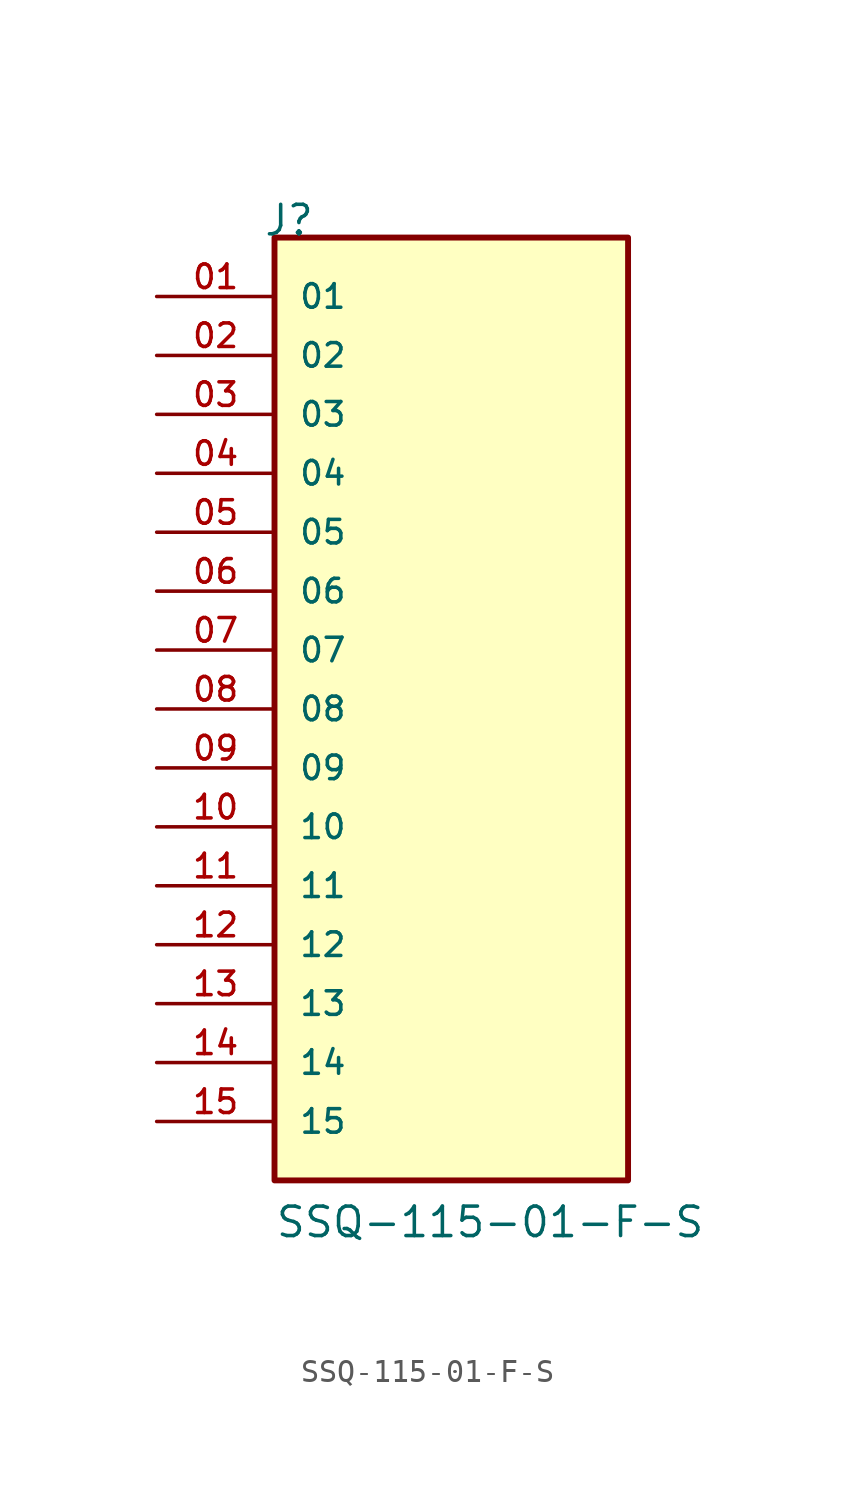
<source format=kicad_sym>
(kicad_symbol_lib
  (version 20211014)
  (generator kicad_symbol_editor)
  (symbol "SSQ-115-01-F-S"
    (pin_names
      (offset 1.016))
    (property "Reference" "J"
      (at -8.12 20.32 0)
      (effects (font (size 1.27 1.27)) (justify bottom left)))
    (property "Value" "SSQ-115-01-F-S"
      (at -7.62 -22.86 0)
      (effects (font (size 1.27 1.27)) (justify bottom left)))
    (symbol "SSQ-115-01-F-S_0_0"
      (rectangle (start -7.62 -20.32) (end 7.62 20.32) (stroke (width 0.254)) (fill (type background)))
      (pin passive line (at -12.7 17.78 0) (length 5.08) (name "01" (effects (font (size 1.016 1.016)))) (number "01" (effects (font (size 1.016 1.016)))))
      (pin passive line (at -12.7 15.24 0) (length 5.08) (name "02" (effects (font (size 1.016 1.016)))) (number "02" (effects (font (size 1.016 1.016)))))
      (pin passive line (at -12.7 12.7 0) (length 5.08) (name "03" (effects (font (size 1.016 1.016)))) (number "03" (effects (font (size 1.016 1.016)))))
      (pin passive line (at -12.7 10.16 0) (length 5.08) (name "04" (effects (font (size 1.016 1.016)))) (number "04" (effects (font (size 1.016 1.016)))))
      (pin passive line (at -12.7 7.62 0) (length 5.08) (name "05" (effects (font (size 1.016 1.016)))) (number "05" (effects (font (size 1.016 1.016)))))
      (pin passive line (at -12.7 5.08 0) (length 5.08) (name "06" (effects (font (size 1.016 1.016)))) (number "06" (effects (font (size 1.016 1.016)))))
      (pin passive line (at -12.7 2.54 0) (length 5.08) (name "07" (effects (font (size 1.016 1.016)))) (number "07" (effects (font (size 1.016 1.016)))))
      (pin passive line (at -12.7 0.0 0) (length 5.08) (name "08" (effects (font (size 1.016 1.016)))) (number "08" (effects (font (size 1.016 1.016)))))
      (pin passive line (at -12.7 -2.54 0) (length 5.08) (name "09" (effects (font (size 1.016 1.016)))) (number "09" (effects (font (size 1.016 1.016)))))
      (pin passive line (at -12.7 -5.08 0) (length 5.08) (name "10" (effects (font (size 1.016 1.016)))) (number "10" (effects (font (size 1.016 1.016)))))
      (pin passive line (at -12.7 -7.62 0) (length 5.08) (name "11" (effects (font (size 1.016 1.016)))) (number "11" (effects (font (size 1.016 1.016)))))
      (pin passive line (at -12.7 -10.16 0) (length 5.08) (name "12" (effects (font (size 1.016 1.016)))) (number "12" (effects (font (size 1.016 1.016)))))
      (pin passive line (at -12.7 -12.7 0) (length 5.08) (name "13" (effects (font (size 1.016 1.016)))) (number "13" (effects (font (size 1.016 1.016)))))
      (pin passive line (at -12.7 -15.24 0) (length 5.08) (name "14" (effects (font (size 1.016 1.016)))) (number "14" (effects (font (size 1.016 1.016)))))
      (pin passive line (at -12.7 -17.78 0) (length 5.08) (name "15" (effects (font (size 1.016 1.016)))) (number "15" (effects (font (size 1.016 1.016))))))))
</source>
